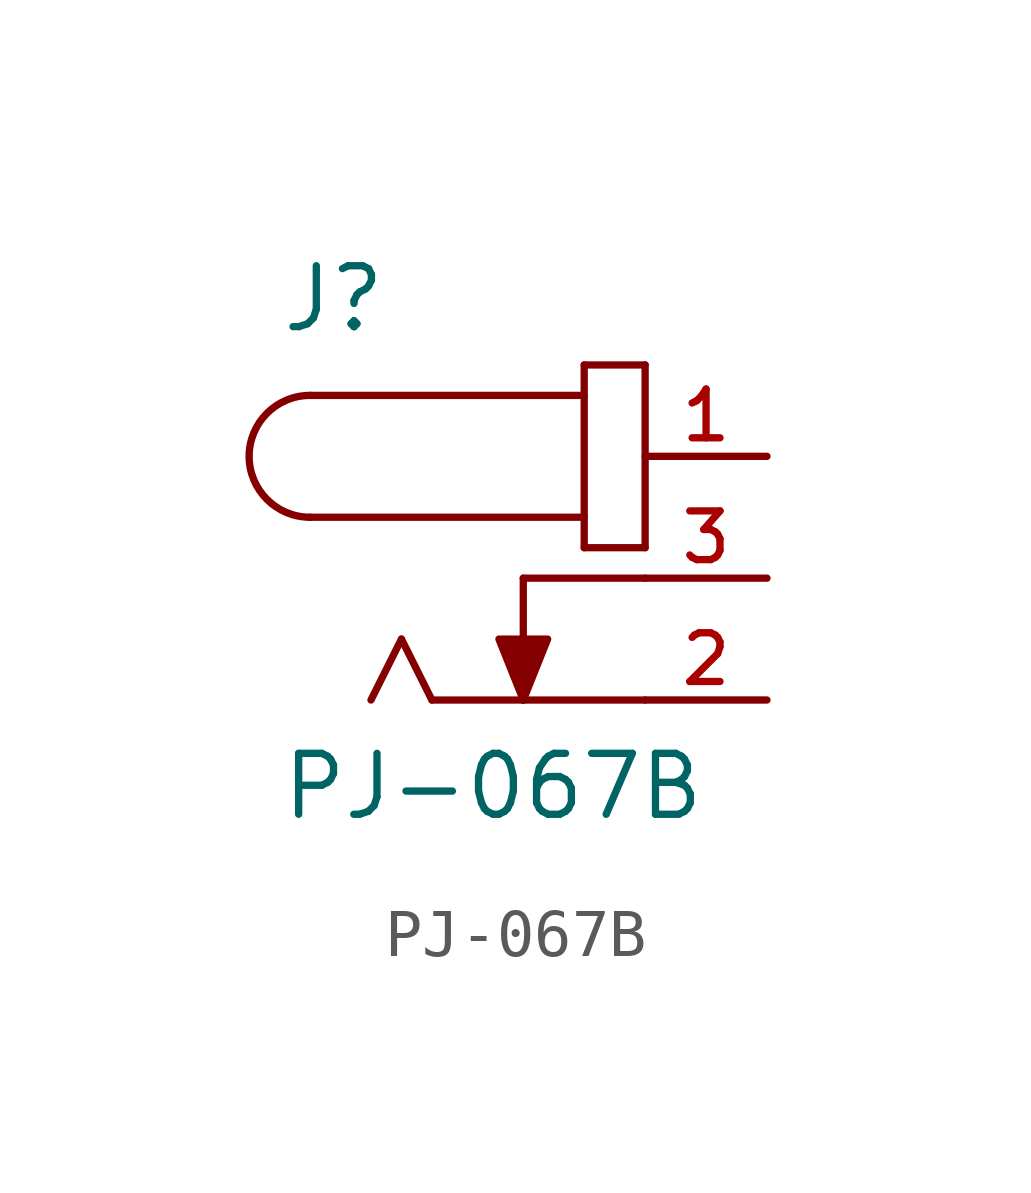
<source format=kicad_sym>
(kicad_symbol_lib
  (version 20211014)
  (generator kicad_symbol_editor)
  (symbol "PJ-067B"
    (pin_names
      (offset 1.016))
    (property "Reference" "J"
      (at -5.08 5.08 0)
      (effects (font (size 1.27 1.27)) (justify bottom left)))
    (property "Value" "PJ-067B"
      (at -5.085 -5.085 0)
      (effects (font (size 1.27 1.27)) (justify bottom left)))
    (symbol "PJ-067B_0_0"
      (arc (start -4.445 3.81) (mid -5.715 2.54) (end -4.445 1.27) (stroke (width 0.1524) (type default) (color 0 0 0 0)) (fill (type none)))
      (polyline (pts (xy -4.445 3.81) (xy 1.27 3.81)) (stroke (width 0.152)))
      (polyline (pts (xy 1.27 3.81) (xy 1.27 1.27)) (stroke (width 0.152)))
      (polyline (pts (xy 1.27 1.27) (xy -4.445 1.27)) (stroke (width 0.152)))
      (polyline (pts (xy 1.27 1.27) (xy 1.27 0.635)) (stroke (width 0.152)))
      (polyline (pts (xy 1.27 0.635) (xy 2.54 0.635)) (stroke (width 0.152)))
      (polyline (pts (xy 2.54 0.635) (xy 2.54 4.445)) (stroke (width 0.152)))
      (polyline (pts (xy 2.54 4.445) (xy 1.27 4.445)) (stroke (width 0.152)))
      (polyline (pts (xy 1.27 4.445) (xy 1.27 3.81)) (stroke (width 0.152)))
      (polyline (pts (xy 0.0 -2.54) (xy -1.905 -2.54)) (stroke (width 0.152)))
      (polyline (pts (xy -1.905 -2.54) (xy -2.54 -1.27)) (stroke (width 0.152)))
      (polyline (pts (xy -2.54 -1.27) (xy -3.175 -2.54)) (stroke (width 0.152)))
      (polyline (pts (xy 0.0 0.0) (xy 0.0 -2.54)) (stroke (width 0.152)))
      (polyline (pts (xy 0.0 -2.54) (xy -0.508 -1.27) (xy 0.508 -1.27) (xy 0.0 -2.54)) (stroke (width 0.152)) (fill (type outline)))
      (polyline (pts (xy 2.54 -2.54) (xy 0.0 -2.54)) (stroke (width 0.152)))
      (polyline (pts (xy 2.54 0.0) (xy 0.0 0.0)) (stroke (width 0.152)))
      (pin passive line (at 5.08 2.54 180.0) (length 2.54) (name "~" (effects (font (size 1.016 1.016)))) (number "1" (effects (font (size 1.016 1.016)))))
      (pin passive line (at 5.08 0.0 180.0) (length 2.54) (name "~" (effects (font (size 1.016 1.016)))) (number "3" (effects (font (size 1.016 1.016)))))
      (pin passive line (at 5.08 -2.54 180.0) (length 2.54) (name "~" (effects (font (size 1.016 1.016)))) (number "2" (effects (font (size 1.016 1.016))))))))
</source>
